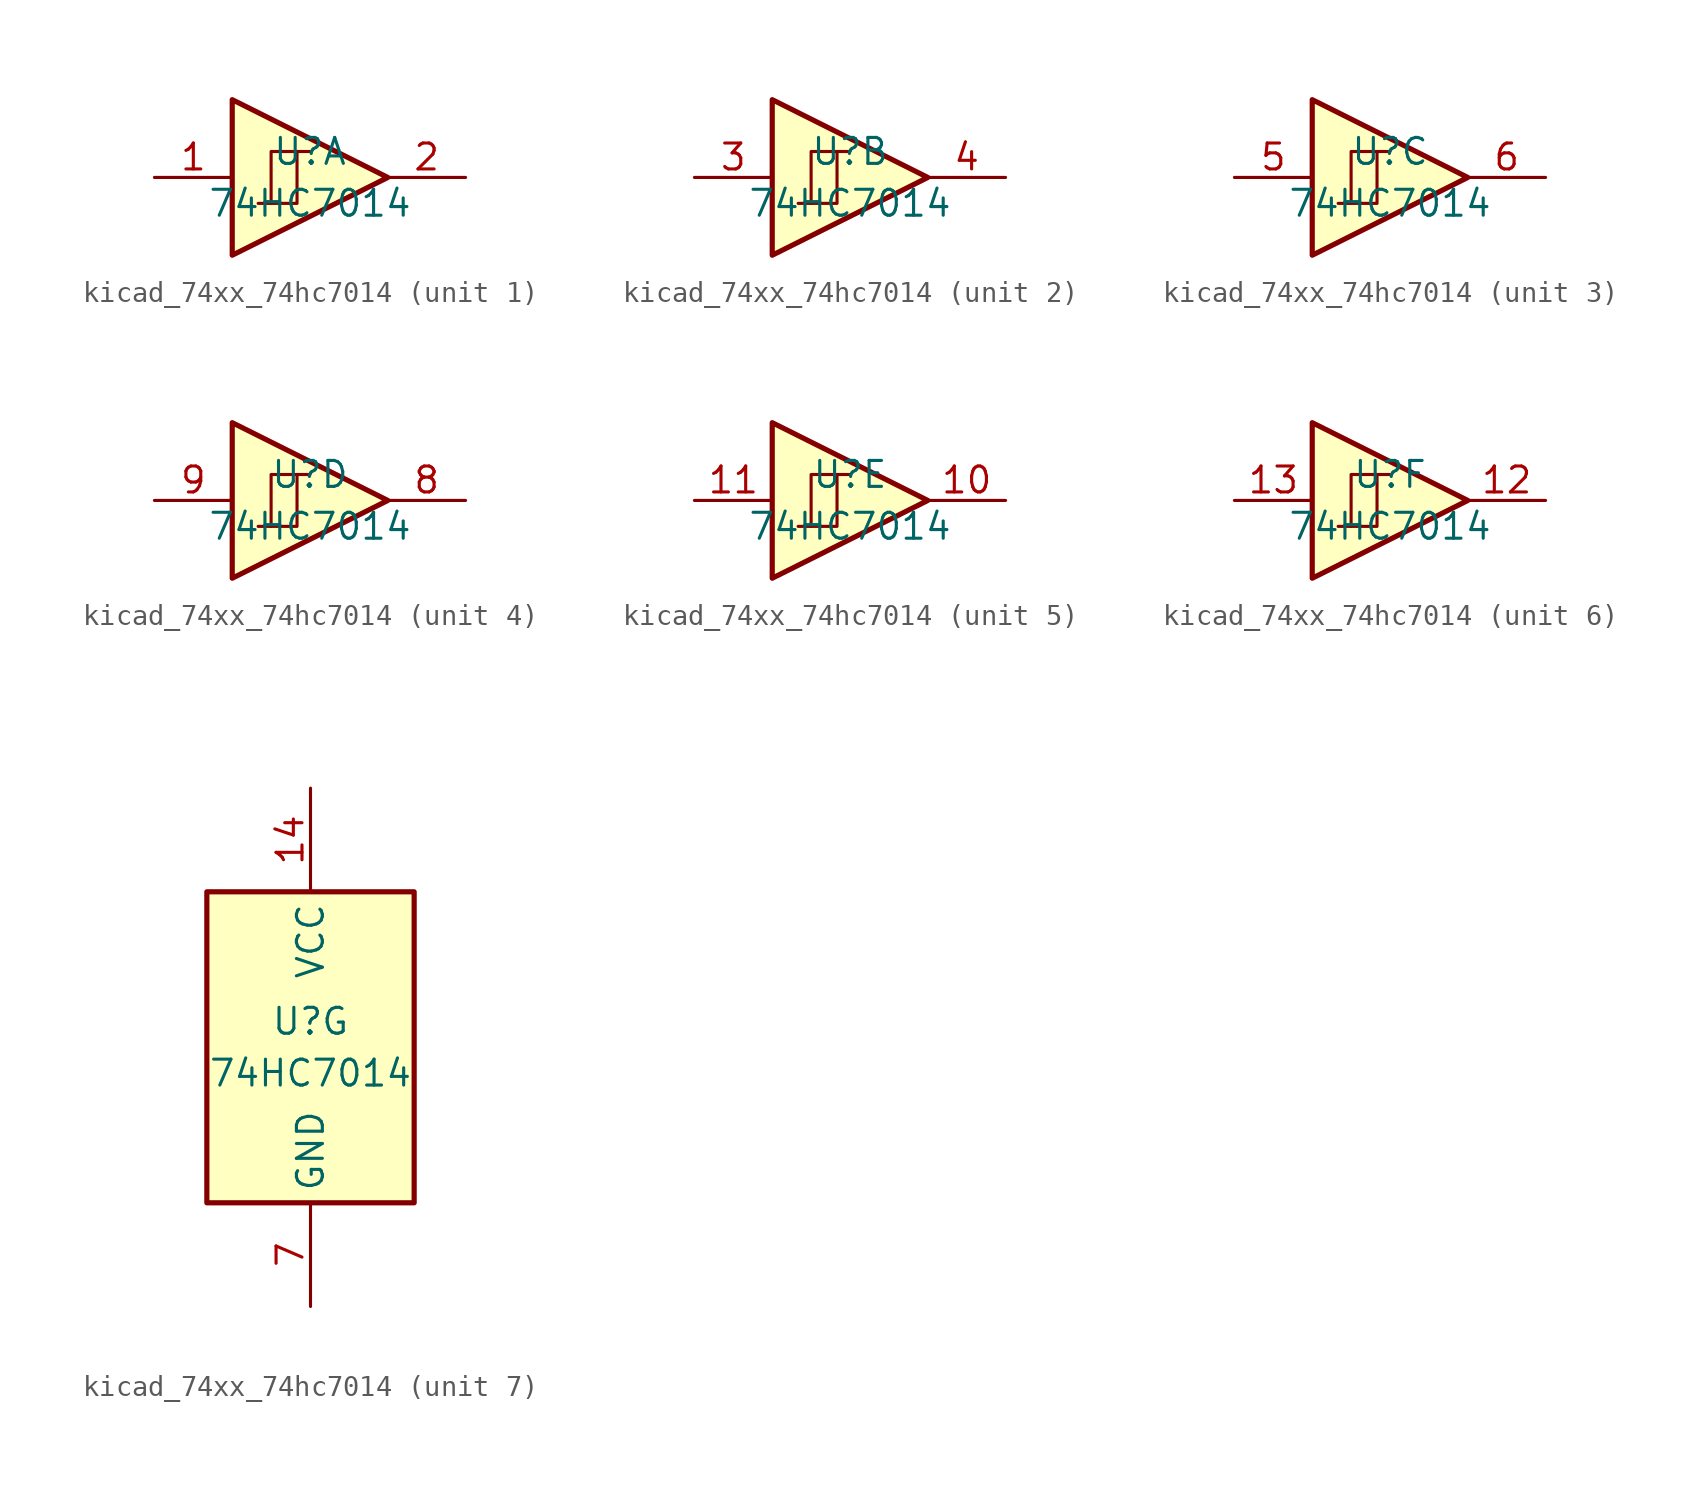
<source format=kicad_sym>
(kicad_symbol_lib
  (version 20220914)
  (generator kicad_symbol_editor)
  (symbol "kicad_74xx_74hc7014"
    (property "Reference" "U"
      (at 0 1.27 0)
      (effects (font (size 1.27 1.27))))
    (property "Value" "74HC7014"
      (at 0 -1.27 0)
      (effects (font (size 1.27 1.27))))
    (property "ki_locked" ""
      (at 0 0 0)
      (effects (font (size 1.27 1.27))))
    (symbol "kicad_74xx_74hc7014_1_1"
      (polyline (pts (xy -1.905 -1.27) (xy -1.905 1.27) (xy -0.635 1.27)) (stroke (width 0) (type default)) (fill (type none)))
      (polyline (pts (xy -3.81 3.81) (xy -3.81 -3.81) (xy 3.81 0) (xy -3.81 3.81)) (stroke (width 0.254) (type default)) (fill (type background)))
      (polyline (pts (xy -2.54 -1.27) (xy -0.635 -1.27) (xy -0.635 1.27) (xy 0 1.27)) (stroke (width 0) (type default)) (fill (type none)))
      (pin input line (at -7.62 0 0) (length 3.81) (name "~" (effects (font (size 1.27 1.27)))) (number "1" (effects (font (size 1.27 1.27)))))
      (pin output line (at 7.62 0 180) (length 3.81) (name "~" (effects (font (size 1.27 1.27)))) (number "2" (effects (font (size 1.27 1.27))))))
    (symbol "kicad_74xx_74hc7014_2_1"
      (polyline (pts (xy -1.905 -1.27) (xy -1.905 1.27) (xy -0.635 1.27)) (stroke (width 0) (type default)) (fill (type none)))
      (polyline (pts (xy -3.81 3.81) (xy -3.81 -3.81) (xy 3.81 0) (xy -3.81 3.81)) (stroke (width 0.254) (type default)) (fill (type background)))
      (polyline (pts (xy -2.54 -1.27) (xy -0.635 -1.27) (xy -0.635 1.27) (xy 0 1.27)) (stroke (width 0) (type default)) (fill (type none)))
      (pin input line (at -7.62 0 0) (length 3.81) (name "~" (effects (font (size 1.27 1.27)))) (number "3" (effects (font (size 1.27 1.27)))))
      (pin output line (at 7.62 0 180) (length 3.81) (name "~" (effects (font (size 1.27 1.27)))) (number "4" (effects (font (size 1.27 1.27))))))
    (symbol "kicad_74xx_74hc7014_3_1"
      (polyline (pts (xy -1.905 -1.27) (xy -1.905 1.27) (xy -0.635 1.27)) (stroke (width 0) (type default)) (fill (type none)))
      (polyline (pts (xy -3.81 3.81) (xy -3.81 -3.81) (xy 3.81 0) (xy -3.81 3.81)) (stroke (width 0.254) (type default)) (fill (type background)))
      (polyline (pts (xy -2.54 -1.27) (xy -0.635 -1.27) (xy -0.635 1.27) (xy 0 1.27)) (stroke (width 0) (type default)) (fill (type none)))
      (pin input line (at -7.62 0 0) (length 3.81) (name "~" (effects (font (size 1.27 1.27)))) (number "5" (effects (font (size 1.27 1.27)))))
      (pin output line (at 7.62 0 180) (length 3.81) (name "~" (effects (font (size 1.27 1.27)))) (number "6" (effects (font (size 1.27 1.27))))))
    (symbol "kicad_74xx_74hc7014_4_1"
      (polyline (pts (xy -1.905 -1.27) (xy -1.905 1.27) (xy -0.635 1.27)) (stroke (width 0) (type default)) (fill (type none)))
      (polyline (pts (xy -3.81 3.81) (xy -3.81 -3.81) (xy 3.81 0) (xy -3.81 3.81)) (stroke (width 0.254) (type default)) (fill (type background)))
      (polyline (pts (xy -2.54 -1.27) (xy -0.635 -1.27) (xy -0.635 1.27) (xy 0 1.27)) (stroke (width 0) (type default)) (fill (type none)))
      (pin output line (at 7.62 0 180) (length 3.81) (name "~" (effects (font (size 1.27 1.27)))) (number "8" (effects (font (size 1.27 1.27)))))
      (pin input line (at -7.62 0 0) (length 3.81) (name "~" (effects (font (size 1.27 1.27)))) (number "9" (effects (font (size 1.27 1.27))))))
    (symbol "kicad_74xx_74hc7014_5_1"
      (polyline (pts (xy -1.905 -1.27) (xy -1.905 1.27) (xy -0.635 1.27)) (stroke (width 0) (type default)) (fill (type none)))
      (polyline (pts (xy -3.81 3.81) (xy -3.81 -3.81) (xy 3.81 0) (xy -3.81 3.81)) (stroke (width 0.254) (type default)) (fill (type background)))
      (polyline (pts (xy -2.54 -1.27) (xy -0.635 -1.27) (xy -0.635 1.27) (xy 0 1.27)) (stroke (width 0) (type default)) (fill (type none)))
      (pin output line (at 7.62 0 180) (length 3.81) (name "~" (effects (font (size 1.27 1.27)))) (number "10" (effects (font (size 1.27 1.27)))))
      (pin input line (at -7.62 0 0) (length 3.81) (name "~" (effects (font (size 1.27 1.27)))) (number "11" (effects (font (size 1.27 1.27))))))
    (symbol "kicad_74xx_74hc7014_6_1"
      (polyline (pts (xy -1.905 -1.27) (xy -1.905 1.27) (xy -0.635 1.27)) (stroke (width 0) (type default)) (fill (type none)))
      (polyline (pts (xy -3.81 3.81) (xy -3.81 -3.81) (xy 3.81 0) (xy -3.81 3.81)) (stroke (width 0.254) (type default)) (fill (type background)))
      (polyline (pts (xy -2.54 -1.27) (xy -0.635 -1.27) (xy -0.635 1.27) (xy 0 1.27)) (stroke (width 0) (type default)) (fill (type none)))
      (pin output line (at 7.62 0 180) (length 3.81) (name "~" (effects (font (size 1.27 1.27)))) (number "12" (effects (font (size 1.27 1.27)))))
      (pin input line (at -7.62 0 0) (length 3.81) (name "~" (effects (font (size 1.27 1.27)))) (number "13" (effects (font (size 1.27 1.27))))))
    (symbol "kicad_74xx_74hc7014_7_1"
      (rectangle (start -5.08 7.62) (end 5.08 -7.62) (stroke (width 0.254) (type default)) (fill (type background)))
      (pin power_in line (at 0 12.7 270) (length 5.08) (name "VCC" (effects (font (size 1.27 1.27)))) (number "14" (effects (font (size 1.27 1.27)))))
      (pin power_in line (at 0 -12.7 90) (length 5.08) (name "GND" (effects (font (size 1.27 1.27)))) (number "7" (effects (font (size 1.27 1.27))))))))
</source>
